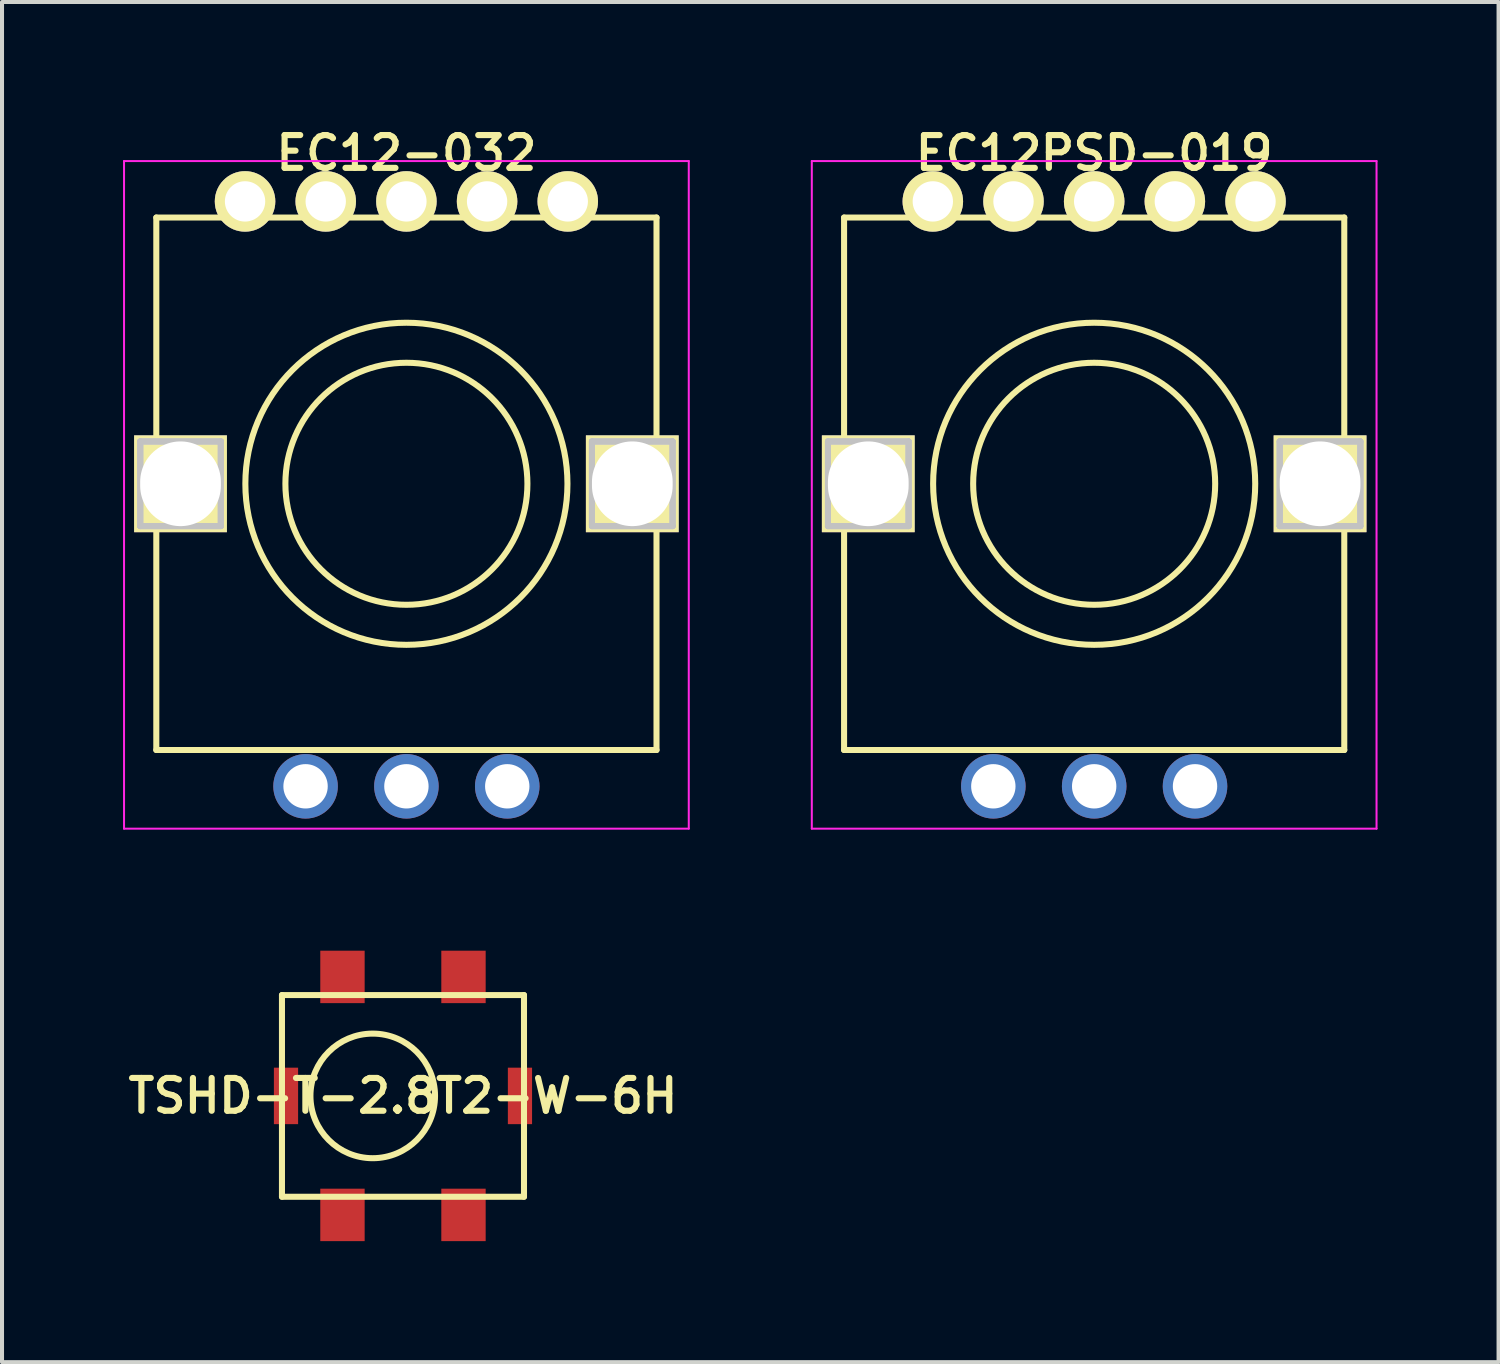
<source format=kicad_pcb>
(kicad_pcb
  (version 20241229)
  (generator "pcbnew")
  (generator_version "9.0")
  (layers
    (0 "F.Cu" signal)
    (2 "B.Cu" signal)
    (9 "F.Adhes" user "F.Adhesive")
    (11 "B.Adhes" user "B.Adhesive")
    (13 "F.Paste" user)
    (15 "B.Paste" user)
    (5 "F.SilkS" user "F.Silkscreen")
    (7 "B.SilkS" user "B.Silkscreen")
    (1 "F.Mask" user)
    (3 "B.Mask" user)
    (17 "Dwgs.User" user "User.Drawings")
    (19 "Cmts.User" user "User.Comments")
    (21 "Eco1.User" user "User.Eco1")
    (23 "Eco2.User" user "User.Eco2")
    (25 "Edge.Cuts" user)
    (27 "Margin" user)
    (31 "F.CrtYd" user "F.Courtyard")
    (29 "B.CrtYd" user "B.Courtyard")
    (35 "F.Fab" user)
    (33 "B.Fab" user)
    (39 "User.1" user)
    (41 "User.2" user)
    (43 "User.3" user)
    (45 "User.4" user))
  (footprint "EC12-032"
    (layer "F.Cu")
    (at 7.025 8.943)
    (property "Reference" "EC12-032" (at 0 -8.2 0) (layer "F.SilkS") (effects (font (size 0.813 0.813) (thickness 0.152))))
    (attr through_hole)
    (fp_line (start -6.2 -6.6) (end -6.2 6.6) (stroke (width 0.15) (type solid)) (layer "F.SilkS"))
    (fp_line (start -6.2 6.6) (end 6.2 6.6) (stroke (width 0.15) (type solid)) (layer "F.SilkS"))
    (fp_line (start 6.2 -6.6) (end -6.2 -6.6) (stroke (width 0.15) (type solid)) (layer "F.SilkS"))
    (fp_line (start 6.2 6.6) (end 6.2 -6.6) (stroke (width 0.15) (type solid)) (layer "F.SilkS"))
    (fp_circle (center 0 0) (end 3 0) (stroke (width 0.15) (type solid)) (fill no) (layer "F.SilkS"))
    (fp_circle (center 0 0) (end 3.7 1.5) (stroke (width 0.15) (type solid)) (fill no) (layer "F.SilkS"))
    (fp_line (start -6.599 -1.049) (end -6.599 1.049) (stroke (width 0.15) (type solid)) (layer "Dwgs.User"))
    (fp_line (start -6.599 -1.049) (end -6.599 1.049) (stroke (width 0.15) (type solid)) (layer "Dwgs.User"))
    (fp_line (start -6.599 1.049) (end -4.6 1.049) (stroke (width 0.15) (type solid)) (layer "Dwgs.User"))
    (fp_line (start -6.599 1.049) (end -4.6 1.049) (stroke (width 0.15) (type solid)) (layer "Dwgs.User"))
    (fp_line (start -4.6 -1.049) (end -6.599 -1.049) (stroke (width 0.15) (type solid)) (layer "Dwgs.User"))
    (fp_line (start -4.6 -1.049) (end -6.599 -1.049) (stroke (width 0.15) (type solid)) (layer "Dwgs.User"))
    (fp_line (start -4.6 1.049) (end -4.6 -1.049) (stroke (width 0.15) (type solid)) (layer "Dwgs.User"))
    (fp_line (start -4.6 1.049) (end -4.6 -1.049) (stroke (width 0.15) (type solid)) (layer "Dwgs.User"))
    (fp_line (start 4.6 -1.049) (end 4.6 1.049) (stroke (width 0.15) (type solid)) (layer "Dwgs.User"))
    (fp_line (start 4.6 -1.049) (end 4.6 1.049) (stroke (width 0.15) (type solid)) (layer "Dwgs.User"))
    (fp_line (start 4.6 1.049) (end 6.599 1.049) (stroke (width 0.15) (type solid)) (layer "Dwgs.User"))
    (fp_line (start 4.6 1.049) (end 6.599 1.049) (stroke (width 0.15) (type solid)) (layer "Dwgs.User"))
    (fp_line (start 6.599 -1.049) (end 4.6 -1.049) (stroke (width 0.15) (type solid)) (layer "Dwgs.User"))
    (fp_line (start 6.599 -1.049) (end 4.6 -1.049) (stroke (width 0.15) (type solid)) (layer "Dwgs.User"))
    (fp_line (start 6.599 1.049) (end 6.599 -1.049) (stroke (width 0.15) (type solid)) (layer "Dwgs.User"))
    (fp_line (start 6.599 1.049) (end 6.599 -1.049) (stroke (width 0.15) (type solid)) (layer "Dwgs.User"))
    (fp_line (start -6.599 -1.049) (end -6.599 1.049) (stroke (width 0.15) (type solid)) (layer "Edge.Cuts"))
    (fp_line (start -6.599 1.049) (end -4.6 1.049) (stroke (width 0.15) (type solid)) (layer "Edge.Cuts"))
    (fp_line (start -4.6 -1.049) (end -6.599 -1.049) (stroke (width 0.15) (type solid)) (layer "Edge.Cuts"))
    (fp_line (start -4.6 1.049) (end -4.6 -1.049) (stroke (width 0.15) (type solid)) (layer "Edge.Cuts"))
    (fp_line (start 4.6 -1.049) (end 4.6 1.049) (stroke (width 0.15) (type solid)) (layer "Edge.Cuts"))
    (fp_line (start 4.6 1.049) (end 6.599 1.049) (stroke (width 0.15) (type solid)) (layer "Edge.Cuts"))
    (fp_line (start 6.599 -1.049) (end 4.6 -1.049) (stroke (width 0.15) (type solid)) (layer "Edge.Cuts"))
    (fp_line (start 6.599 1.049) (end 6.599 -1.049) (stroke (width 0.15) (type solid)) (layer "Edge.Cuts"))
    (fp_line (start -7 -8) (end 7 -8) (stroke (width 0.05) (type solid)) (layer "F.CrtYd"))
    (fp_line (start -7 8.55) (end -7 -8) (stroke (width 0.05) (type solid)) (layer "F.CrtYd"))
    (fp_line (start 7 -8) (end 7 8.55) (stroke (width 0.05) (type solid)) (layer "F.CrtYd"))
    (fp_line (start 7 8.55) (end -7 8.55) (stroke (width 0.05) (type solid)) (layer "F.CrtYd"))
    (pad "1" thru_hole circle (at -4 -7) (size 1.5 1.5) (drill 1) (layers "*.Cu" "*.Mask" "F.SilkS"))
    (pad "2" thru_hole circle (at -2 -7) (size 1.5 1.5) (drill 1) (layers "*.Cu" "*.Mask" "F.SilkS"))
    (pad "3" thru_hole circle (at 0 -7) (size 1.5 1.5) (drill 1) (layers "*.Cu" "*.Mask" "F.SilkS"))
    (pad "4" thru_hole circle (at 2 -7) (size 1.5 1.5) (drill 1) (layers "*.Cu" "*.Mask" "F.SilkS"))
    (pad "5" thru_hole circle (at 4 -7) (size 1.5 1.5) (drill 1) (layers "*.Cu" "*.Mask" "F.SilkS"))
    (pad "A" thru_hole circle (at -2.5 7.5) (size 1.6 1.6) (drill 1.1) (layers "*.Cu" "*.Mask"))
    (pad "B" thru_hole circle (at 2.5 7.5) (size 1.6 1.6) (drill 1.1) (layers "*.Cu" "*.Mask"))
    (pad "C" thru_hole circle (at 0 7.5) (size 1.6 1.6) (drill 1.1) (layers "*.Cu" "*.Mask"))
    (pad "FG1" thru_hole rect (at -5.6 0) (size 2.3 2.4) (drill oval 2 2.1) (layers "*.Cu" "*.Mask" "F.SilkS"))
    (pad "FG2" thru_hole rect (at 5.6 0) (size 2.3 2.4) (drill oval 2 2.1) (layers "*.Cu" "*.Mask" "F.SilkS")))
  (footprint "EC12PSD-019"
    (layer "F.Cu")
    (at 24.075 8.943)
    (property "Reference" "EC12PSD-019" (at 0 -8.2 0) (layer "F.SilkS") (effects (font (size 0.813 0.813) (thickness 0.152))))
    (attr through_hole)
    (fp_line (start -6.2 -6.6) (end -6.2 6.6) (stroke (width 0.15) (type solid)) (layer "F.SilkS"))
    (fp_line (start -6.2 6.6) (end 6.2 6.6) (stroke (width 0.15) (type solid)) (layer "F.SilkS"))
    (fp_line (start 6.2 -6.6) (end -6.2 -6.6) (stroke (width 0.15) (type solid)) (layer "F.SilkS"))
    (fp_line (start 6.2 6.6) (end 6.2 -6.6) (stroke (width 0.15) (type solid)) (layer "F.SilkS"))
    (fp_circle (center 0 0) (end 3 0) (stroke (width 0.15) (type solid)) (fill no) (layer "F.SilkS"))
    (fp_circle (center 0 0) (end 3.7 1.5) (stroke (width 0.15) (type solid)) (fill no) (layer "F.SilkS"))
    (fp_line (start -6.599 -1.049) (end -6.599 1.049) (stroke (width 0.15) (type solid)) (layer "Dwgs.User"))
    (fp_line (start -6.599 -1.049) (end -6.599 1.049) (stroke (width 0.15) (type solid)) (layer "Dwgs.User"))
    (fp_line (start -6.599 1.049) (end -4.6 1.049) (stroke (width 0.15) (type solid)) (layer "Dwgs.User"))
    (fp_line (start -6.599 1.049) (end -4.6 1.049) (stroke (width 0.15) (type solid)) (layer "Dwgs.User"))
    (fp_line (start -4.6 -1.049) (end -6.599 -1.049) (stroke (width 0.15) (type solid)) (layer "Dwgs.User"))
    (fp_line (start -4.6 -1.049) (end -6.599 -1.049) (stroke (width 0.15) (type solid)) (layer "Dwgs.User"))
    (fp_line (start -4.6 1.049) (end -4.6 -1.049) (stroke (width 0.15) (type solid)) (layer "Dwgs.User"))
    (fp_line (start -4.6 1.049) (end -4.6 -1.049) (stroke (width 0.15) (type solid)) (layer "Dwgs.User"))
    (fp_line (start 4.6 -1.049) (end 4.6 1.049) (stroke (width 0.15) (type solid)) (layer "Dwgs.User"))
    (fp_line (start 4.6 -1.049) (end 4.6 1.049) (stroke (width 0.15) (type solid)) (layer "Dwgs.User"))
    (fp_line (start 4.6 1.049) (end 6.599 1.049) (stroke (width 0.15) (type solid)) (layer "Dwgs.User"))
    (fp_line (start 4.6 1.049) (end 6.599 1.049) (stroke (width 0.15) (type solid)) (layer "Dwgs.User"))
    (fp_line (start 6.599 -1.049) (end 4.6 -1.049) (stroke (width 0.15) (type solid)) (layer "Dwgs.User"))
    (fp_line (start 6.599 -1.049) (end 4.6 -1.049) (stroke (width 0.15) (type solid)) (layer "Dwgs.User"))
    (fp_line (start 6.599 1.049) (end 6.599 -1.049) (stroke (width 0.15) (type solid)) (layer "Dwgs.User"))
    (fp_line (start 6.599 1.049) (end 6.599 -1.049) (stroke (width 0.15) (type solid)) (layer "Dwgs.User"))
    (fp_line (start -6.599 -1.049) (end -6.599 1.049) (stroke (width 0.15) (type solid)) (layer "Edge.Cuts"))
    (fp_line (start -6.599 1.049) (end -4.6 1.049) (stroke (width 0.15) (type solid)) (layer "Edge.Cuts"))
    (fp_line (start -4.6 -1.049) (end -6.599 -1.049) (stroke (width 0.15) (type solid)) (layer "Edge.Cuts"))
    (fp_line (start -4.6 1.049) (end -4.6 -1.049) (stroke (width 0.15) (type solid)) (layer "Edge.Cuts"))
    (fp_line (start 4.6 -1.049) (end 4.6 1.049) (stroke (width 0.15) (type solid)) (layer "Edge.Cuts"))
    (fp_line (start 4.6 1.049) (end 6.599 1.049) (stroke (width 0.15) (type solid)) (layer "Edge.Cuts"))
    (fp_line (start 6.599 -1.049) (end 4.6 -1.049) (stroke (width 0.15) (type solid)) (layer "Edge.Cuts"))
    (fp_line (start 6.599 1.049) (end 6.599 -1.049) (stroke (width 0.15) (type solid)) (layer "Edge.Cuts"))
    (fp_line (start -7 -8) (end 7 -8) (stroke (width 0.05) (type solid)) (layer "F.CrtYd"))
    (fp_line (start -7 8.55) (end -7 -8) (stroke (width 0.05) (type solid)) (layer "F.CrtYd"))
    (fp_line (start 7 -8) (end 7 8.55) (stroke (width 0.05) (type solid)) (layer "F.CrtYd"))
    (fp_line (start 7 8.55) (end -7 8.55) (stroke (width 0.05) (type solid)) (layer "F.CrtYd"))
    (pad "1" thru_hole circle (at -4 -7) (size 1.5 1.5) (drill 1) (layers "*.Cu" "*.Mask" "F.SilkS"))
    (pad "2" thru_hole circle (at -2 -7) (size 1.5 1.5) (drill 1) (layers "*.Cu" "*.Mask" "F.SilkS"))
    (pad "3" thru_hole circle (at 0 -7) (size 1.5 1.5) (drill 1) (layers "*.Cu" "*.Mask" "F.SilkS"))
    (pad "4" thru_hole circle (at 2 -7) (size 1.5 1.5) (drill 1) (layers "*.Cu" "*.Mask" "F.SilkS"))
    (pad "5" thru_hole circle (at 4 -7) (size 1.5 1.5) (drill 1) (layers "*.Cu" "*.Mask" "F.SilkS"))
    (pad "A" thru_hole circle (at -2.5 7.5) (size 1.6 1.6) (drill 1.1) (layers "*.Cu" "*.Mask"))
    (pad "B" thru_hole circle (at 2.5 7.5) (size 1.6 1.6) (drill 1.1) (layers "*.Cu" "*.Mask"))
    (pad "C" thru_hole circle (at 0 7.5) (size 1.6 1.6) (drill 1.1) (layers "*.Cu" "*.Mask"))
    (pad "FG1" thru_hole rect (at -5.6 0) (size 2.3 2.4) (drill oval 2 2.1) (layers "*.Cu" "*.Mask" "F.SilkS"))
    (pad "FG2" thru_hole rect (at 5.6 0) (size 2.3 2.4) (drill oval 2 2.1) (layers "*.Cu" "*.Mask" "F.SilkS")))
  (footprint "TSHD-T-2.8T2-W-6H"
    (layer "F.Cu")
    (at 6.94 24.118)
    (property "Reference" "TSHD-T-2.8T2-W-6H" (at 0 0 0) (layer "F.SilkS") (effects (font (size 0.813 0.813) (thickness 0.152))))
    (attr smd)
    (fp_line (start -3 -2.5) (end 3 -2.5) (stroke (width 0.15) (type solid)) (layer "F.SilkS"))
    (fp_line (start -3 2.5) (end -3 -2.5) (stroke (width 0.15) (type solid)) (layer "F.SilkS"))
    (fp_line (start 3 -2.5) (end 3 2.5) (stroke (width 0.15) (type solid)) (layer "F.SilkS"))
    (fp_line (start 3 2.5) (end -3 2.5) (stroke (width 0.15) (type solid)) (layer "F.SilkS"))
    (fp_circle (center -0.75 0) (end 0 1.35) (stroke (width 0.15) (type solid)) (fill no) (layer "F.SilkS"))
    (pad "1" smd rect (at -1.5 2.95) (size 1.1 1.3) (layers "F.Cu" "F.Mask" "F.Paste"))
    (pad "2" smd rect (at -1.5 -2.95) (size 1.1 1.3) (layers "F.Cu" "F.Mask" "F.Paste"))
    (pad "FG" smd rect (at -2.9 0) (size 0.6 1.4) (layers "F.Cu" "F.Mask" "F.Paste"))
    (pad "FG" smd rect (at 2.9 0) (size 0.6 1.4) (layers "F.Cu" "F.Mask" "F.Paste"))
    (pad "L1" smd rect (at 1.5 2.95) (size 1.1 1.3) (layers "F.Cu" "F.Mask" "F.Paste"))
    (pad "L2" smd rect (at 1.5 -2.95) (size 1.1 1.3) (layers "F.Cu" "F.Mask" "F.Paste")))
  (gr_rect
    (start -3 -3)
    (end 34.1 30.718)
    (stroke (width 0.1) (type default))
    (fill no)
    (layer "Edge.Cuts")))
</source>
